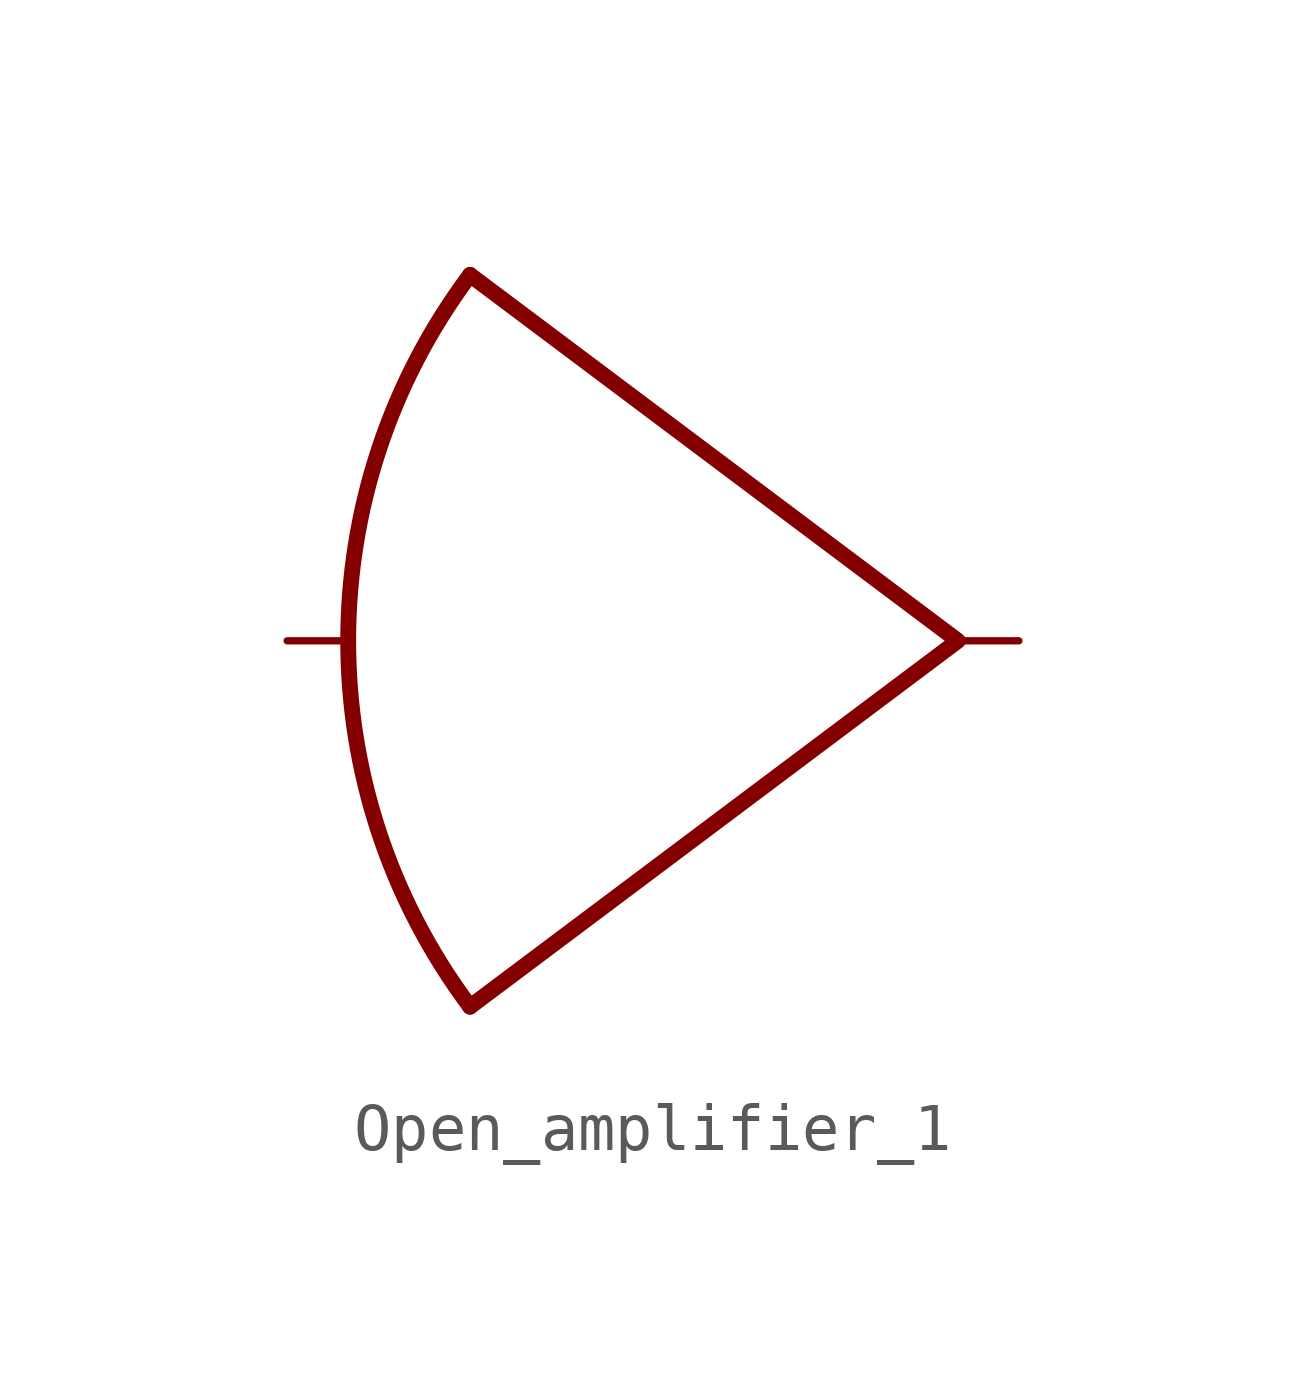
<source format=kicad_sym>
(kicad_symbol_lib
  (version 20211014)
  (generator kicad_symbol_editor)
  (symbol "Open_amplifier_1"
    (property "Reference" "U"
      (at 6.35 10.16 0)
      (effects (font (size 1.27 1.27)) hide))
    (symbol "Open_amplifier_1_0_1"
      (arc (start -5.08 7.62) (mid -7.6182 0) (end -5.08 -7.62) (stroke (width 0.33) (type default) (color 0 0 0 0)) (fill (type none)))
      (polyline (pts (xy -5.08 7.62) (xy 5.08 0) (xy -5.08 -7.62)) (stroke (width 0.33) (type default) (color 0 0 0 0)) (fill (type none))))
    (symbol "Open_amplifier_1_1_1"
      (pin input line (at -8.89 0 0) (length 1.27) (name "" (effects (font (size 1.27 1.27)))) (number "" (effects (font (size 1.27 1.27)))))
      (pin output line (at 6.35 0 180) (length 1.27) (name "" (effects (font (size 1.27 1.27)))) (number "" (effects (font (size 1.27 1.27))))))))
</source>
